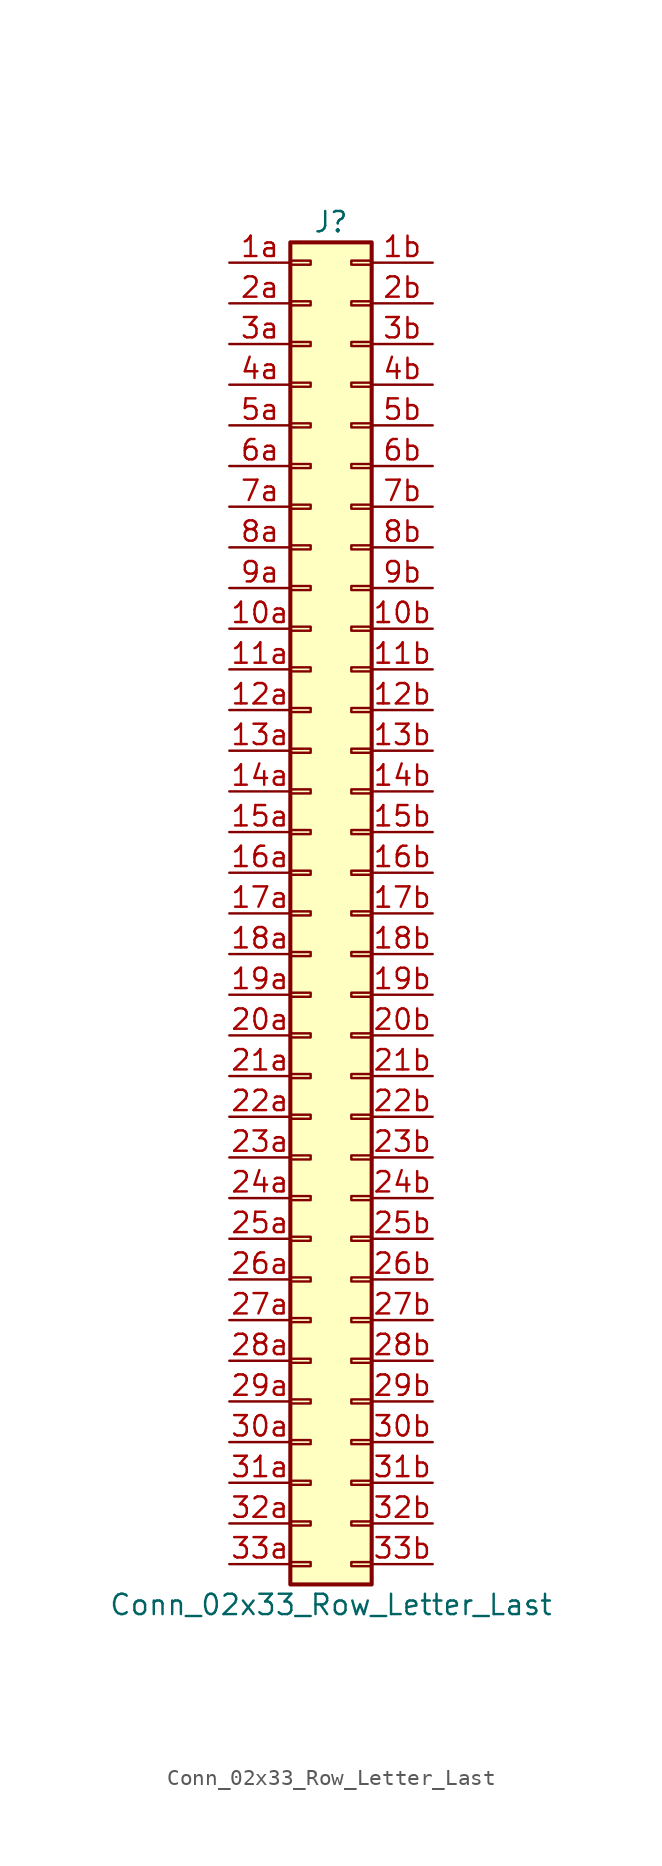
<source format=kicad_sym>
(kicad_symbol_lib
  (version 20220914)
  (generator kicad_symbol_editor)
  (symbol "Conn_02x33_Row_Letter_Last"
    (pin_names
      (offset 1.016) hide)
    (property "Reference" "J"
      (at 1.27 43.18 0)
      (effects (font (size 1.27 1.27))))
    (property "Value" "Conn_02x33_Row_Letter_Last"
      (at 1.27 -43.18 0)
      (effects (font (size 1.27 1.27))))
    (symbol "Conn_02x33_Row_Letter_Last_1_1"
      (rectangle (start -1.27 -40.513) (end 0 -40.767) (stroke (width 0.152) (type solid)) (fill (type none)))
      (rectangle (start -1.27 -37.973) (end 0 -38.227) (stroke (width 0.152) (type solid)) (fill (type none)))
      (rectangle (start -1.27 -35.433) (end 0 -35.687) (stroke (width 0.152) (type solid)) (fill (type none)))
      (rectangle (start -1.27 -32.893) (end 0 -33.147) (stroke (width 0.152) (type solid)) (fill (type none)))
      (rectangle (start -1.27 -30.353) (end 0 -30.607) (stroke (width 0.152) (type solid)) (fill (type none)))
      (rectangle (start -1.27 -27.813) (end 0 -28.067) (stroke (width 0.152) (type solid)) (fill (type none)))
      (rectangle (start -1.27 -25.273) (end 0 -25.527) (stroke (width 0.152) (type solid)) (fill (type none)))
      (rectangle (start -1.27 -22.733) (end 0 -22.987) (stroke (width 0.152) (type solid)) (fill (type none)))
      (rectangle (start -1.27 -20.193) (end 0 -20.447) (stroke (width 0.152) (type solid)) (fill (type none)))
      (rectangle (start -1.27 -17.653) (end 0 -17.907) (stroke (width 0.152) (type solid)) (fill (type none)))
      (rectangle (start -1.27 -15.113) (end 0 -15.367) (stroke (width 0.152) (type solid)) (fill (type none)))
      (rectangle (start -1.27 -12.573) (end 0 -12.827) (stroke (width 0.152) (type solid)) (fill (type none)))
      (rectangle (start -1.27 -10.033) (end 0 -10.287) (stroke (width 0.152) (type solid)) (fill (type none)))
      (rectangle (start -1.27 -7.493) (end 0 -7.747) (stroke (width 0.152) (type solid)) (fill (type none)))
      (rectangle (start -1.27 -4.953) (end 0 -5.207) (stroke (width 0.152) (type solid)) (fill (type none)))
      (rectangle (start -1.27 -2.413) (end 0 -2.667) (stroke (width 0.152) (type solid)) (fill (type none)))
      (rectangle (start -1.27 0.127) (end 0 -0.127) (stroke (width 0.152) (type solid)) (fill (type none)))
      (rectangle (start -1.27 2.667) (end 0 2.413) (stroke (width 0.152) (type solid)) (fill (type none)))
      (rectangle (start -1.27 5.207) (end 0 4.953) (stroke (width 0.152) (type solid)) (fill (type none)))
      (rectangle (start -1.27 7.747) (end 0 7.493) (stroke (width 0.152) (type solid)) (fill (type none)))
      (rectangle (start -1.27 10.287) (end 0 10.033) (stroke (width 0.152) (type solid)) (fill (type none)))
      (rectangle (start -1.27 12.827) (end 0 12.573) (stroke (width 0.152) (type solid)) (fill (type none)))
      (rectangle (start -1.27 15.367) (end 0 15.113) (stroke (width 0.152) (type solid)) (fill (type none)))
      (rectangle (start -1.27 17.907) (end 0 17.653) (stroke (width 0.152) (type solid)) (fill (type none)))
      (rectangle (start -1.27 20.447) (end 0 20.193) (stroke (width 0.152) (type solid)) (fill (type none)))
      (rectangle (start -1.27 22.987) (end 0 22.733) (stroke (width 0.152) (type solid)) (fill (type none)))
      (rectangle (start -1.27 25.527) (end 0 25.273) (stroke (width 0.152) (type solid)) (fill (type none)))
      (rectangle (start -1.27 28.067) (end 0 27.813) (stroke (width 0.152) (type solid)) (fill (type none)))
      (rectangle (start -1.27 30.607) (end 0 30.353) (stroke (width 0.152) (type solid)) (fill (type none)))
      (rectangle (start -1.27 33.147) (end 0 32.893) (stroke (width 0.152) (type solid)) (fill (type none)))
      (rectangle (start -1.27 35.687) (end 0 35.433) (stroke (width 0.152) (type solid)) (fill (type none)))
      (rectangle (start -1.27 38.227) (end 0 37.973) (stroke (width 0.152) (type solid)) (fill (type none)))
      (rectangle (start -1.27 40.767) (end 0 40.513) (stroke (width 0.152) (type solid)) (fill (type none)))
      (rectangle (start -1.27 41.91) (end 3.81 -41.91) (stroke (width 0.254) (type solid)) (fill (type background)))
      (rectangle (start 3.81 -40.513) (end 2.54 -40.767) (stroke (width 0.152) (type solid)) (fill (type none)))
      (rectangle (start 3.81 -37.973) (end 2.54 -38.227) (stroke (width 0.152) (type solid)) (fill (type none)))
      (rectangle (start 3.81 -35.433) (end 2.54 -35.687) (stroke (width 0.152) (type solid)) (fill (type none)))
      (rectangle (start 3.81 -32.893) (end 2.54 -33.147) (stroke (width 0.152) (type solid)) (fill (type none)))
      (rectangle (start 3.81 -30.353) (end 2.54 -30.607) (stroke (width 0.152) (type solid)) (fill (type none)))
      (rectangle (start 3.81 -27.813) (end 2.54 -28.067) (stroke (width 0.152) (type solid)) (fill (type none)))
      (rectangle (start 3.81 -25.273) (end 2.54 -25.527) (stroke (width 0.152) (type solid)) (fill (type none)))
      (rectangle (start 3.81 -22.733) (end 2.54 -22.987) (stroke (width 0.152) (type solid)) (fill (type none)))
      (rectangle (start 3.81 -20.193) (end 2.54 -20.447) (stroke (width 0.152) (type solid)) (fill (type none)))
      (rectangle (start 3.81 -17.653) (end 2.54 -17.907) (stroke (width 0.152) (type solid)) (fill (type none)))
      (rectangle (start 3.81 -15.113) (end 2.54 -15.367) (stroke (width 0.152) (type solid)) (fill (type none)))
      (rectangle (start 3.81 -12.573) (end 2.54 -12.827) (stroke (width 0.152) (type solid)) (fill (type none)))
      (rectangle (start 3.81 -10.033) (end 2.54 -10.287) (stroke (width 0.152) (type solid)) (fill (type none)))
      (rectangle (start 3.81 -7.493) (end 2.54 -7.747) (stroke (width 0.152) (type solid)) (fill (type none)))
      (rectangle (start 3.81 -4.953) (end 2.54 -5.207) (stroke (width 0.152) (type solid)) (fill (type none)))
      (rectangle (start 3.81 -2.413) (end 2.54 -2.667) (stroke (width 0.152) (type solid)) (fill (type none)))
      (rectangle (start 3.81 0.127) (end 2.54 -0.127) (stroke (width 0.152) (type solid)) (fill (type none)))
      (rectangle (start 3.81 2.667) (end 2.54 2.413) (stroke (width 0.152) (type solid)) (fill (type none)))
      (rectangle (start 3.81 5.207) (end 2.54 4.953) (stroke (width 0.152) (type solid)) (fill (type none)))
      (rectangle (start 3.81 7.747) (end 2.54 7.493) (stroke (width 0.152) (type solid)) (fill (type none)))
      (rectangle (start 3.81 10.287) (end 2.54 10.033) (stroke (width 0.152) (type solid)) (fill (type none)))
      (rectangle (start 3.81 12.827) (end 2.54 12.573) (stroke (width 0.152) (type solid)) (fill (type none)))
      (rectangle (start 3.81 15.367) (end 2.54 15.113) (stroke (width 0.152) (type solid)) (fill (type none)))
      (rectangle (start 3.81 17.907) (end 2.54 17.653) (stroke (width 0.152) (type solid)) (fill (type none)))
      (rectangle (start 3.81 20.447) (end 2.54 20.193) (stroke (width 0.152) (type solid)) (fill (type none)))
      (rectangle (start 3.81 22.987) (end 2.54 22.733) (stroke (width 0.152) (type solid)) (fill (type none)))
      (rectangle (start 3.81 25.527) (end 2.54 25.273) (stroke (width 0.152) (type solid)) (fill (type none)))
      (rectangle (start 3.81 28.067) (end 2.54 27.813) (stroke (width 0.152) (type solid)) (fill (type none)))
      (rectangle (start 3.81 30.607) (end 2.54 30.353) (stroke (width 0.152) (type solid)) (fill (type none)))
      (rectangle (start 3.81 33.147) (end 2.54 32.893) (stroke (width 0.152) (type solid)) (fill (type none)))
      (rectangle (start 3.81 35.687) (end 2.54 35.433) (stroke (width 0.152) (type solid)) (fill (type none)))
      (rectangle (start 3.81 38.227) (end 2.54 37.973) (stroke (width 0.152) (type solid)) (fill (type none)))
      (rectangle (start 3.81 40.767) (end 2.54 40.513) (stroke (width 0.152) (type solid)) (fill (type none)))
      (pin passive line (at -5.08 17.78 0) (length 3.81) (name "Pin_10a" (effects (font (size 1.27 1.27)))) (number "10a" (effects (font (size 1.27 1.27)))))
      (pin passive line (at 7.62 17.78 180) (length 3.81) (name "Pin_10b" (effects (font (size 1.27 1.27)))) (number "10b" (effects (font (size 1.27 1.27)))))
      (pin passive line (at -5.08 15.24 0) (length 3.81) (name "Pin_11a" (effects (font (size 1.27 1.27)))) (number "11a" (effects (font (size 1.27 1.27)))))
      (pin passive line (at 7.62 15.24 180) (length 3.81) (name "Pin_11b" (effects (font (size 1.27 1.27)))) (number "11b" (effects (font (size 1.27 1.27)))))
      (pin passive line (at -5.08 12.7 0) (length 3.81) (name "Pin_12a" (effects (font (size 1.27 1.27)))) (number "12a" (effects (font (size 1.27 1.27)))))
      (pin passive line (at 7.62 12.7 180) (length 3.81) (name "Pin_12b" (effects (font (size 1.27 1.27)))) (number "12b" (effects (font (size 1.27 1.27)))))
      (pin passive line (at -5.08 10.16 0) (length 3.81) (name "Pin_13a" (effects (font (size 1.27 1.27)))) (number "13a" (effects (font (size 1.27 1.27)))))
      (pin passive line (at 7.62 10.16 180) (length 3.81) (name "Pin_13b" (effects (font (size 1.27 1.27)))) (number "13b" (effects (font (size 1.27 1.27)))))
      (pin passive line (at -5.08 7.62 0) (length 3.81) (name "Pin_14a" (effects (font (size 1.27 1.27)))) (number "14a" (effects (font (size 1.27 1.27)))))
      (pin passive line (at 7.62 7.62 180) (length 3.81) (name "Pin_14b" (effects (font (size 1.27 1.27)))) (number "14b" (effects (font (size 1.27 1.27)))))
      (pin passive line (at -5.08 5.08 0) (length 3.81) (name "Pin_15a" (effects (font (size 1.27 1.27)))) (number "15a" (effects (font (size 1.27 1.27)))))
      (pin passive line (at 7.62 5.08 180) (length 3.81) (name "Pin_15b" (effects (font (size 1.27 1.27)))) (number "15b" (effects (font (size 1.27 1.27)))))
      (pin passive line (at -5.08 2.54 0) (length 3.81) (name "Pin_16a" (effects (font (size 1.27 1.27)))) (number "16a" (effects (font (size 1.27 1.27)))))
      (pin passive line (at 7.62 2.54 180) (length 3.81) (name "Pin_16b" (effects (font (size 1.27 1.27)))) (number "16b" (effects (font (size 1.27 1.27)))))
      (pin passive line (at -5.08 0 0) (length 3.81) (name "Pin_17a" (effects (font (size 1.27 1.27)))) (number "17a" (effects (font (size 1.27 1.27)))))
      (pin passive line (at 7.62 0 180) (length 3.81) (name "Pin_17b" (effects (font (size 1.27 1.27)))) (number "17b" (effects (font (size 1.27 1.27)))))
      (pin passive line (at -5.08 -2.54 0) (length 3.81) (name "Pin_18a" (effects (font (size 1.27 1.27)))) (number "18a" (effects (font (size 1.27 1.27)))))
      (pin passive line (at 7.62 -2.54 180) (length 3.81) (name "Pin_18b" (effects (font (size 1.27 1.27)))) (number "18b" (effects (font (size 1.27 1.27)))))
      (pin passive line (at -5.08 -5.08 0) (length 3.81) (name "Pin_19a" (effects (font (size 1.27 1.27)))) (number "19a" (effects (font (size 1.27 1.27)))))
      (pin passive line (at 7.62 -5.08 180) (length 3.81) (name "Pin_19b" (effects (font (size 1.27 1.27)))) (number "19b" (effects (font (size 1.27 1.27)))))
      (pin passive line (at -5.08 40.64 0) (length 3.81) (name "Pin_1a" (effects (font (size 1.27 1.27)))) (number "1a" (effects (font (size 1.27 1.27)))))
      (pin passive line (at 7.62 40.64 180) (length 3.81) (name "Pin_1b" (effects (font (size 1.27 1.27)))) (number "1b" (effects (font (size 1.27 1.27)))))
      (pin passive line (at -5.08 -7.62 0) (length 3.81) (name "Pin_20a" (effects (font (size 1.27 1.27)))) (number "20a" (effects (font (size 1.27 1.27)))))
      (pin passive line (at 7.62 -7.62 180) (length 3.81) (name "Pin_20b" (effects (font (size 1.27 1.27)))) (number "20b" (effects (font (size 1.27 1.27)))))
      (pin passive line (at -5.08 -10.16 0) (length 3.81) (name "Pin_21a" (effects (font (size 1.27 1.27)))) (number "21a" (effects (font (size 1.27 1.27)))))
      (pin passive line (at 7.62 -10.16 180) (length 3.81) (name "Pin_21b" (effects (font (size 1.27 1.27)))) (number "21b" (effects (font (size 1.27 1.27)))))
      (pin passive line (at -5.08 -12.7 0) (length 3.81) (name "Pin_22a" (effects (font (size 1.27 1.27)))) (number "22a" (effects (font (size 1.27 1.27)))))
      (pin passive line (at 7.62 -12.7 180) (length 3.81) (name "Pin_22b" (effects (font (size 1.27 1.27)))) (number "22b" (effects (font (size 1.27 1.27)))))
      (pin passive line (at -5.08 -15.24 0) (length 3.81) (name "Pin_23a" (effects (font (size 1.27 1.27)))) (number "23a" (effects (font (size 1.27 1.27)))))
      (pin passive line (at 7.62 -15.24 180) (length 3.81) (name "Pin_23b" (effects (font (size 1.27 1.27)))) (number "23b" (effects (font (size 1.27 1.27)))))
      (pin passive line (at -5.08 -17.78 0) (length 3.81) (name "Pin_24a" (effects (font (size 1.27 1.27)))) (number "24a" (effects (font (size 1.27 1.27)))))
      (pin passive line (at 7.62 -17.78 180) (length 3.81) (name "Pin_24b" (effects (font (size 1.27 1.27)))) (number "24b" (effects (font (size 1.27 1.27)))))
      (pin passive line (at -5.08 -20.32 0) (length 3.81) (name "Pin_25a" (effects (font (size 1.27 1.27)))) (number "25a" (effects (font (size 1.27 1.27)))))
      (pin passive line (at 7.62 -20.32 180) (length 3.81) (name "Pin_25b" (effects (font (size 1.27 1.27)))) (number "25b" (effects (font (size 1.27 1.27)))))
      (pin passive line (at -5.08 -22.86 0) (length 3.81) (name "Pin_26a" (effects (font (size 1.27 1.27)))) (number "26a" (effects (font (size 1.27 1.27)))))
      (pin passive line (at 7.62 -22.86 180) (length 3.81) (name "Pin_26b" (effects (font (size 1.27 1.27)))) (number "26b" (effects (font (size 1.27 1.27)))))
      (pin passive line (at -5.08 -25.4 0) (length 3.81) (name "Pin_27a" (effects (font (size 1.27 1.27)))) (number "27a" (effects (font (size 1.27 1.27)))))
      (pin passive line (at 7.62 -25.4 180) (length 3.81) (name "Pin_27b" (effects (font (size 1.27 1.27)))) (number "27b" (effects (font (size 1.27 1.27)))))
      (pin passive line (at -5.08 -27.94 0) (length 3.81) (name "Pin_28a" (effects (font (size 1.27 1.27)))) (number "28a" (effects (font (size 1.27 1.27)))))
      (pin passive line (at 7.62 -27.94 180) (length 3.81) (name "Pin_28b" (effects (font (size 1.27 1.27)))) (number "28b" (effects (font (size 1.27 1.27)))))
      (pin passive line (at -5.08 -30.48 0) (length 3.81) (name "Pin_29a" (effects (font (size 1.27 1.27)))) (number "29a" (effects (font (size 1.27 1.27)))))
      (pin passive line (at 7.62 -30.48 180) (length 3.81) (name "Pin_29b" (effects (font (size 1.27 1.27)))) (number "29b" (effects (font (size 1.27 1.27)))))
      (pin passive line (at -5.08 38.1 0) (length 3.81) (name "Pin_2a" (effects (font (size 1.27 1.27)))) (number "2a" (effects (font (size 1.27 1.27)))))
      (pin passive line (at 7.62 38.1 180) (length 3.81) (name "Pin_2b" (effects (font (size 1.27 1.27)))) (number "2b" (effects (font (size 1.27 1.27)))))
      (pin passive line (at -5.08 -33.02 0) (length 3.81) (name "Pin_30a" (effects (font (size 1.27 1.27)))) (number "30a" (effects (font (size 1.27 1.27)))))
      (pin passive line (at 7.62 -33.02 180) (length 3.81) (name "Pin_30b" (effects (font (size 1.27 1.27)))) (number "30b" (effects (font (size 1.27 1.27)))))
      (pin passive line (at -5.08 -35.56 0) (length 3.81) (name "Pin_31a" (effects (font (size 1.27 1.27)))) (number "31a" (effects (font (size 1.27 1.27)))))
      (pin passive line (at 7.62 -35.56 180) (length 3.81) (name "Pin_31b" (effects (font (size 1.27 1.27)))) (number "31b" (effects (font (size 1.27 1.27)))))
      (pin passive line (at -5.08 -38.1 0) (length 3.81) (name "Pin_32a" (effects (font (size 1.27 1.27)))) (number "32a" (effects (font (size 1.27 1.27)))))
      (pin passive line (at 7.62 -38.1 180) (length 3.81) (name "Pin_32b" (effects (font (size 1.27 1.27)))) (number "32b" (effects (font (size 1.27 1.27)))))
      (pin passive line (at -5.08 -40.64 0) (length 3.81) (name "Pin_33a" (effects (font (size 1.27 1.27)))) (number "33a" (effects (font (size 1.27 1.27)))))
      (pin passive line (at 7.62 -40.64 180) (length 3.81) (name "Pin_33b" (effects (font (size 1.27 1.27)))) (number "33b" (effects (font (size 1.27 1.27)))))
      (pin passive line (at -5.08 35.56 0) (length 3.81) (name "Pin_3a" (effects (font (size 1.27 1.27)))) (number "3a" (effects (font (size 1.27 1.27)))))
      (pin passive line (at 7.62 35.56 180) (length 3.81) (name "Pin_3b" (effects (font (size 1.27 1.27)))) (number "3b" (effects (font (size 1.27 1.27)))))
      (pin passive line (at -5.08 33.02 0) (length 3.81) (name "Pin_4a" (effects (font (size 1.27 1.27)))) (number "4a" (effects (font (size 1.27 1.27)))))
      (pin passive line (at 7.62 33.02 180) (length 3.81) (name "Pin_4b" (effects (font (size 1.27 1.27)))) (number "4b" (effects (font (size 1.27 1.27)))))
      (pin passive line (at -5.08 30.48 0) (length 3.81) (name "Pin_5a" (effects (font (size 1.27 1.27)))) (number "5a" (effects (font (size 1.27 1.27)))))
      (pin passive line (at 7.62 30.48 180) (length 3.81) (name "Pin_5b" (effects (font (size 1.27 1.27)))) (number "5b" (effects (font (size 1.27 1.27)))))
      (pin passive line (at -5.08 27.94 0) (length 3.81) (name "Pin_6a" (effects (font (size 1.27 1.27)))) (number "6a" (effects (font (size 1.27 1.27)))))
      (pin passive line (at 7.62 27.94 180) (length 3.81) (name "Pin_6b" (effects (font (size 1.27 1.27)))) (number "6b" (effects (font (size 1.27 1.27)))))
      (pin passive line (at -5.08 25.4 0) (length 3.81) (name "Pin_7a" (effects (font (size 1.27 1.27)))) (number "7a" (effects (font (size 1.27 1.27)))))
      (pin passive line (at 7.62 25.4 180) (length 3.81) (name "Pin_7b" (effects (font (size 1.27 1.27)))) (number "7b" (effects (font (size 1.27 1.27)))))
      (pin passive line (at -5.08 22.86 0) (length 3.81) (name "Pin_8a" (effects (font (size 1.27 1.27)))) (number "8a" (effects (font (size 1.27 1.27)))))
      (pin passive line (at 7.62 22.86 180) (length 3.81) (name "Pin_8b" (effects (font (size 1.27 1.27)))) (number "8b" (effects (font (size 1.27 1.27)))))
      (pin passive line (at -5.08 20.32 0) (length 3.81) (name "Pin_9a" (effects (font (size 1.27 1.27)))) (number "9a" (effects (font (size 1.27 1.27)))))
      (pin passive line (at 7.62 20.32 180) (length 3.81) (name "Pin_9b" (effects (font (size 1.27 1.27)))) (number "9b" (effects (font (size 1.27 1.27))))))))
</source>
